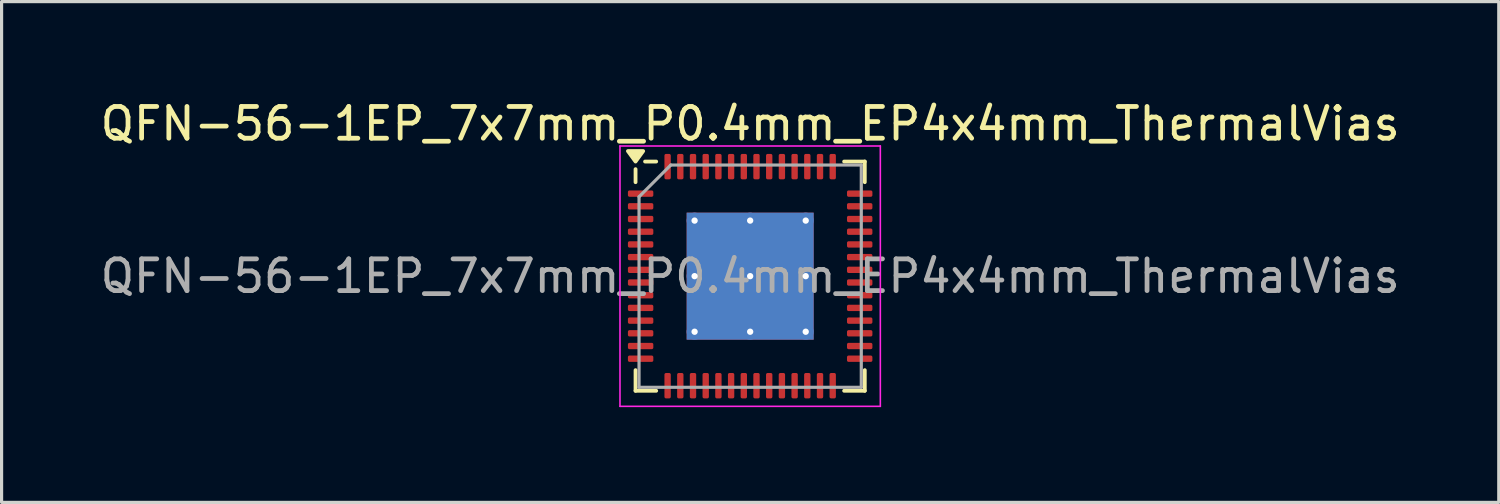
<source format=kicad_pcb>
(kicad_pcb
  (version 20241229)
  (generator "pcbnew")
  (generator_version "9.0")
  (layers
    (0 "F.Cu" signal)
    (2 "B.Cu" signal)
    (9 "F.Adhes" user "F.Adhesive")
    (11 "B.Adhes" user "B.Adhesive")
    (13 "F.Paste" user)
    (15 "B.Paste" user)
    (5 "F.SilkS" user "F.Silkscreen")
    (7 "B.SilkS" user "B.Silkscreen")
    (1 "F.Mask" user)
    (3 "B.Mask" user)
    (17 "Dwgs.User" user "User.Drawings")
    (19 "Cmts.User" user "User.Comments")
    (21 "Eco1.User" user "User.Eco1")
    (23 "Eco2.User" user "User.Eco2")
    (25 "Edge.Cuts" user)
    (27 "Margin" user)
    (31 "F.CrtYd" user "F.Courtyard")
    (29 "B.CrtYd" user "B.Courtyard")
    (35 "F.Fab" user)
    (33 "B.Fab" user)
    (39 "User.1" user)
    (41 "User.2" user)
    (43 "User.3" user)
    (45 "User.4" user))
  (footprint "QFN-56-1EP_7x7mm_P0.4mm_EP4x4mm_ThermalVias"
    (layer "F.Cu")
    (at 20.577 5.648)
    (property "Reference" "QFN-56-1EP_7x7mm_P0.4mm_EP4x4mm_ThermalVias" (at 0 -4.8 0) (layer "F.SilkS") (effects (font (size 1 1) (thickness 0.15))))
    (attr smd)
    (fp_line (start -3.61 -2.96) (end -3.61 -3.37) (stroke (width 0.12) (type solid)) (layer "F.SilkS"))
    (fp_line (start -3.61 3.61) (end -3.61 2.96) (stroke (width 0.12) (type solid)) (layer "F.SilkS"))
    (fp_line (start -2.96 -3.61) (end -3.31 -3.61) (stroke (width 0.12) (type solid)) (layer "F.SilkS"))
    (fp_line (start -2.96 3.61) (end -3.61 3.61) (stroke (width 0.12) (type solid)) (layer "F.SilkS"))
    (fp_line (start 2.96 -3.61) (end 3.61 -3.61) (stroke (width 0.12) (type solid)) (layer "F.SilkS"))
    (fp_line (start 2.96 3.61) (end 3.61 3.61) (stroke (width 0.12) (type solid)) (layer "F.SilkS"))
    (fp_line (start 3.61 -3.61) (end 3.61 -2.96) (stroke (width 0.12) (type solid)) (layer "F.SilkS"))
    (fp_line (start 3.61 3.61) (end 3.61 2.96) (stroke (width 0.12) (type solid)) (layer "F.SilkS"))
    (fp_poly (pts (xy -3.61 -3.61) (xy -3.85 -3.94) (xy -3.37 -3.94) (xy -3.61 -3.61)) (stroke (width 0.12) (type solid)) (fill yes) (layer "F.SilkS"))
    (fp_line (start -4.1 -4.1) (end -4.1 4.1) (stroke (width 0.05) (type solid)) (layer "F.CrtYd"))
    (fp_line (start -4.1 4.1) (end 4.1 4.1) (stroke (width 0.05) (type solid)) (layer "F.CrtYd"))
    (fp_line (start 4.1 -4.1) (end -4.1 -4.1) (stroke (width 0.05) (type solid)) (layer "F.CrtYd"))
    (fp_line (start 4.1 4.1) (end 4.1 -4.1) (stroke (width 0.05) (type solid)) (layer "F.CrtYd"))
    (fp_line (start -3.5 -2.5) (end -2.5 -3.5) (stroke (width 0.1) (type solid)) (layer "F.Fab"))
    (fp_line (start -3.5 3.5) (end -3.5 -2.5) (stroke (width 0.1) (type solid)) (layer "F.Fab"))
    (fp_line (start -2.5 -3.5) (end 3.5 -3.5) (stroke (width 0.1) (type solid)) (layer "F.Fab"))
    (fp_line (start 3.5 -3.5) (end 3.5 3.5) (stroke (width 0.1) (type solid)) (layer "F.Fab"))
    (fp_line (start 3.5 3.5) (end -3.5 3.5) (stroke (width 0.1) (type solid)) (layer "F.Fab"))
    (fp_text user "${REFERENCE}" (at 0 0 0) (layer "F.Fab") (effects (font (size 1 1) (thickness 0.15))))
    (pad "" smd roundrect (at -0.875 -0.875) (size 1.549 1.549) (layers "F.Paste") (roundrect_rratio 0.161))
    (pad "" smd roundrect (at -0.875 0.875) (size 1.549 1.549) (layers "F.Paste") (roundrect_rratio 0.161))
    (pad "" smd roundrect (at 0.875 -0.875) (size 1.549 1.549) (layers "F.Paste") (roundrect_rratio 0.161))
    (pad "" smd roundrect (at 0.875 0.875) (size 1.549 1.549) (layers "F.Paste") (roundrect_rratio 0.161))
    (pad "1" smd roundrect (at -3.45 -2.6) (size 0.8 0.2) (layers "F.Cu" "F.Mask" "F.Paste") (roundrect_rratio 0.25))
    (pad "2" smd roundrect (at -3.45 -2.2) (size 0.8 0.2) (layers "F.Cu" "F.Mask" "F.Paste") (roundrect_rratio 0.25))
    (pad "3" smd roundrect (at -3.45 -1.8) (size 0.8 0.2) (layers "F.Cu" "F.Mask" "F.Paste") (roundrect_rratio 0.25))
    (pad "4" smd roundrect (at -3.45 -1.4) (size 0.8 0.2) (layers "F.Cu" "F.Mask" "F.Paste") (roundrect_rratio 0.25))
    (pad "5" smd roundrect (at -3.45 -1) (size 0.8 0.2) (layers "F.Cu" "F.Mask" "F.Paste") (roundrect_rratio 0.25))
    (pad "6" smd roundrect (at -3.45 -0.6) (size 0.8 0.2) (layers "F.Cu" "F.Mask" "F.Paste") (roundrect_rratio 0.25))
    (pad "7" smd roundrect (at -3.45 -0.2) (size 0.8 0.2) (layers "F.Cu" "F.Mask" "F.Paste") (roundrect_rratio 0.25))
    (pad "8" smd roundrect (at -3.45 0.2) (size 0.8 0.2) (layers "F.Cu" "F.Mask" "F.Paste") (roundrect_rratio 0.25))
    (pad "9" smd roundrect (at -3.45 0.6) (size 0.8 0.2) (layers "F.Cu" "F.Mask" "F.Paste") (roundrect_rratio 0.25))
    (pad "10" smd roundrect (at -3.45 1) (size 0.8 0.2) (layers "F.Cu" "F.Mask" "F.Paste") (roundrect_rratio 0.25))
    (pad "11" smd roundrect (at -3.45 1.4) (size 0.8 0.2) (layers "F.Cu" "F.Mask" "F.Paste") (roundrect_rratio 0.25))
    (pad "12" smd roundrect (at -3.45 1.8) (size 0.8 0.2) (layers "F.Cu" "F.Mask" "F.Paste") (roundrect_rratio 0.25))
    (pad "13" smd roundrect (at -3.45 2.2) (size 0.8 0.2) (layers "F.Cu" "F.Mask" "F.Paste") (roundrect_rratio 0.25))
    (pad "14" smd roundrect (at -3.45 2.6) (size 0.8 0.2) (layers "F.Cu" "F.Mask" "F.Paste") (roundrect_rratio 0.25))
    (pad "15" smd roundrect (at -2.6 3.45) (size 0.2 0.8) (layers "F.Cu" "F.Mask" "F.Paste") (roundrect_rratio 0.25))
    (pad "16" smd roundrect (at -2.2 3.45) (size 0.2 0.8) (layers "F.Cu" "F.Mask" "F.Paste") (roundrect_rratio 0.25))
    (pad "17" smd roundrect (at -1.8 3.45) (size 0.2 0.8) (layers "F.Cu" "F.Mask" "F.Paste") (roundrect_rratio 0.25))
    (pad "18" smd roundrect (at -1.4 3.45) (size 0.2 0.8) (layers "F.Cu" "F.Mask" "F.Paste") (roundrect_rratio 0.25))
    (pad "19" smd roundrect (at -1 3.45) (size 0.2 0.8) (layers "F.Cu" "F.Mask" "F.Paste") (roundrect_rratio 0.25))
    (pad "20" smd roundrect (at -0.6 3.45) (size 0.2 0.8) (layers "F.Cu" "F.Mask" "F.Paste") (roundrect_rratio 0.25))
    (pad "21" smd roundrect (at -0.2 3.45) (size 0.2 0.8) (layers "F.Cu" "F.Mask" "F.Paste") (roundrect_rratio 0.25))
    (pad "22" smd roundrect (at 0.2 3.45) (size 0.2 0.8) (layers "F.Cu" "F.Mask" "F.Paste") (roundrect_rratio 0.25))
    (pad "23" smd roundrect (at 0.6 3.45) (size 0.2 0.8) (layers "F.Cu" "F.Mask" "F.Paste") (roundrect_rratio 0.25))
    (pad "24" smd roundrect (at 1 3.45) (size 0.2 0.8) (layers "F.Cu" "F.Mask" "F.Paste") (roundrect_rratio 0.25))
    (pad "25" smd roundrect (at 1.4 3.45) (size 0.2 0.8) (layers "F.Cu" "F.Mask" "F.Paste") (roundrect_rratio 0.25))
    (pad "26" smd roundrect (at 1.8 3.45) (size 0.2 0.8) (layers "F.Cu" "F.Mask" "F.Paste") (roundrect_rratio 0.25))
    (pad "27" smd roundrect (at 2.2 3.45) (size 0.2 0.8) (layers "F.Cu" "F.Mask" "F.Paste") (roundrect_rratio 0.25))
    (pad "28" smd roundrect (at 2.6 3.45) (size 0.2 0.8) (layers "F.Cu" "F.Mask" "F.Paste") (roundrect_rratio 0.25))
    (pad "29" smd roundrect (at 3.45 2.6) (size 0.8 0.2) (layers "F.Cu" "F.Mask" "F.Paste") (roundrect_rratio 0.25))
    (pad "30" smd roundrect (at 3.45 2.2) (size 0.8 0.2) (layers "F.Cu" "F.Mask" "F.Paste") (roundrect_rratio 0.25))
    (pad "31" smd roundrect (at 3.45 1.8) (size 0.8 0.2) (layers "F.Cu" "F.Mask" "F.Paste") (roundrect_rratio 0.25))
    (pad "32" smd roundrect (at 3.45 1.4) (size 0.8 0.2) (layers "F.Cu" "F.Mask" "F.Paste") (roundrect_rratio 0.25))
    (pad "33" smd roundrect (at 3.45 1) (size 0.8 0.2) (layers "F.Cu" "F.Mask" "F.Paste") (roundrect_rratio 0.25))
    (pad "34" smd roundrect (at 3.45 0.6) (size 0.8 0.2) (layers "F.Cu" "F.Mask" "F.Paste") (roundrect_rratio 0.25))
    (pad "35" smd roundrect (at 3.45 0.2) (size 0.8 0.2) (layers "F.Cu" "F.Mask" "F.Paste") (roundrect_rratio 0.25))
    (pad "36" smd roundrect (at 3.45 -0.2) (size 0.8 0.2) (layers "F.Cu" "F.Mask" "F.Paste") (roundrect_rratio 0.25))
    (pad "37" smd roundrect (at 3.45 -0.6) (size 0.8 0.2) (layers "F.Cu" "F.Mask" "F.Paste") (roundrect_rratio 0.25))
    (pad "38" smd roundrect (at 3.45 -1) (size 0.8 0.2) (layers "F.Cu" "F.Mask" "F.Paste") (roundrect_rratio 0.25))
    (pad "39" smd roundrect (at 3.45 -1.4) (size 0.8 0.2) (layers "F.Cu" "F.Mask" "F.Paste") (roundrect_rratio 0.25))
    (pad "40" smd roundrect (at 3.45 -1.8) (size 0.8 0.2) (layers "F.Cu" "F.Mask" "F.Paste") (roundrect_rratio 0.25))
    (pad "41" smd roundrect (at 3.45 -2.2) (size 0.8 0.2) (layers "F.Cu" "F.Mask" "F.Paste") (roundrect_rratio 0.25))
    (pad "42" smd roundrect (at 3.45 -2.6) (size 0.8 0.2) (layers "F.Cu" "F.Mask" "F.Paste") (roundrect_rratio 0.25))
    (pad "43" smd roundrect (at 2.6 -3.45) (size 0.2 0.8) (layers "F.Cu" "F.Mask" "F.Paste") (roundrect_rratio 0.25))
    (pad "44" smd roundrect (at 2.2 -3.45) (size 0.2 0.8) (layers "F.Cu" "F.Mask" "F.Paste") (roundrect_rratio 0.25))
    (pad "45" smd roundrect (at 1.8 -3.45) (size 0.2 0.8) (layers "F.Cu" "F.Mask" "F.Paste") (roundrect_rratio 0.25))
    (pad "46" smd roundrect (at 1.4 -3.45) (size 0.2 0.8) (layers "F.Cu" "F.Mask" "F.Paste") (roundrect_rratio 0.25))
    (pad "47" smd roundrect (at 1 -3.45) (size 0.2 0.8) (layers "F.Cu" "F.Mask" "F.Paste") (roundrect_rratio 0.25))
    (pad "48" smd roundrect (at 0.6 -3.45) (size 0.2 0.8) (layers "F.Cu" "F.Mask" "F.Paste") (roundrect_rratio 0.25))
    (pad "49" smd roundrect (at 0.2 -3.45) (size 0.2 0.8) (layers "F.Cu" "F.Mask" "F.Paste") (roundrect_rratio 0.25))
    (pad "50" smd roundrect (at -0.2 -3.45) (size 0.2 0.8) (layers "F.Cu" "F.Mask" "F.Paste") (roundrect_rratio 0.25))
    (pad "51" smd roundrect (at -0.6 -3.45) (size 0.2 0.8) (layers "F.Cu" "F.Mask" "F.Paste") (roundrect_rratio 0.25))
    (pad "52" smd roundrect (at -1 -3.45) (size 0.2 0.8) (layers "F.Cu" "F.Mask" "F.Paste") (roundrect_rratio 0.25))
    (pad "53" smd roundrect (at -1.4 -3.45) (size 0.2 0.8) (layers "F.Cu" "F.Mask" "F.Paste") (roundrect_rratio 0.25))
    (pad "54" smd roundrect (at -1.8 -3.45) (size 0.2 0.8) (layers "F.Cu" "F.Mask" "F.Paste") (roundrect_rratio 0.25))
    (pad "55" smd roundrect (at -2.2 -3.45) (size 0.2 0.8) (layers "F.Cu" "F.Mask" "F.Paste") (roundrect_rratio 0.25))
    (pad "56" smd roundrect (at -2.6 -3.45) (size 0.2 0.8) (layers "F.Cu" "F.Mask" "F.Paste") (roundrect_rratio 0.25))
    (pad "57" thru_hole circle (at -1.75 -1.75) (size 0.5 0.5) (drill 0.2) (property pad_prop_heatsink) (layers "*.Cu"))
    (pad "57" thru_hole circle (at -1.75 0) (size 0.5 0.5) (drill 0.2) (property pad_prop_heatsink) (layers "*.Cu"))
    (pad "57" thru_hole circle (at -1.75 1.75) (size 0.5 0.5) (drill 0.2) (property pad_prop_heatsink) (layers "*.Cu"))
    (pad "57" thru_hole circle (at 0 -1.75) (size 0.5 0.5) (drill 0.2) (property pad_prop_heatsink) (layers "*.Cu"))
    (pad "57" thru_hole circle (at 0 0) (size 0.5 0.5) (drill 0.2) (property pad_prop_heatsink) (layers "*.Cu"))
    (pad "57" smd rect (at 0 0) (size 4 4) (property pad_prop_heatsink) (layers "F.Cu" "F.Mask"))
    (pad "57" smd rect (at 0 0) (size 4 4) (property pad_prop_heatsink) (layers "B.Cu"))
    (pad "57" thru_hole circle (at 0 1.75) (size 0.5 0.5) (drill 0.2) (property pad_prop_heatsink) (layers "*.Cu"))
    (pad "57" thru_hole circle (at 1.75 -1.75) (size 0.5 0.5) (drill 0.2) (property pad_prop_heatsink) (layers "*.Cu"))
    (pad "57" thru_hole circle (at 1.75 0) (size 0.5 0.5) (drill 0.2) (property pad_prop_heatsink) (layers "*.Cu"))
    (pad "57" thru_hole circle (at 1.75 1.75) (size 0.5 0.5) (drill 0.2) (property pad_prop_heatsink) (layers "*.Cu")))
  (gr_rect
    (start -3 -3)
    (end 44.155 12.773)
    (stroke (width 0.1) (type default))
    (fill no)
    (layer "Edge.Cuts")))
</source>
